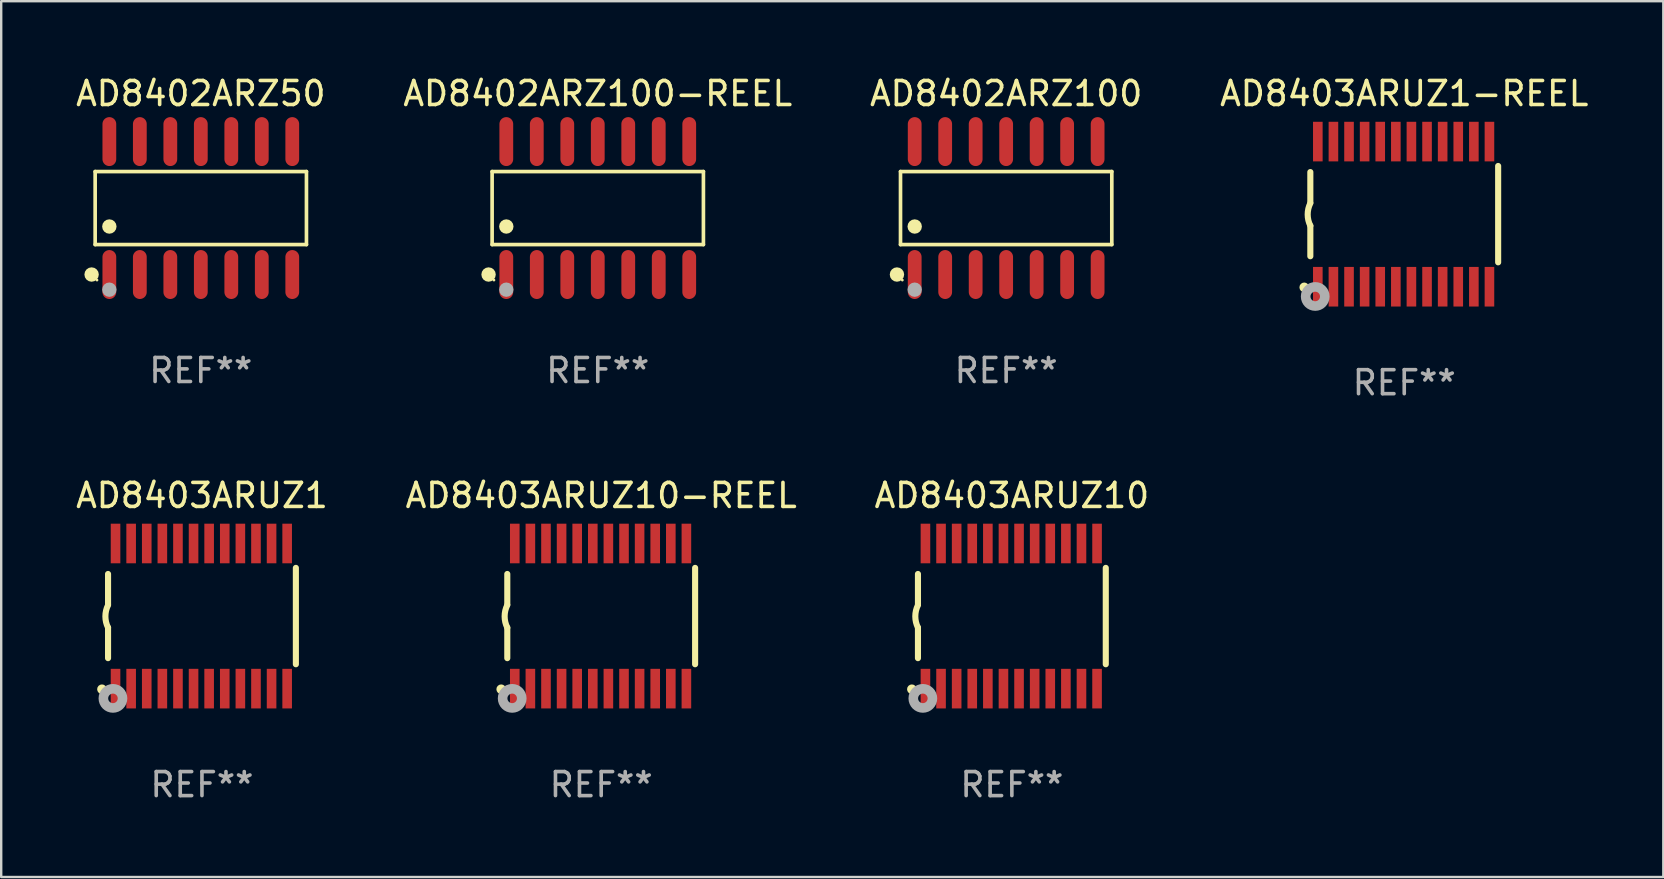
<source format=kicad_pcb>
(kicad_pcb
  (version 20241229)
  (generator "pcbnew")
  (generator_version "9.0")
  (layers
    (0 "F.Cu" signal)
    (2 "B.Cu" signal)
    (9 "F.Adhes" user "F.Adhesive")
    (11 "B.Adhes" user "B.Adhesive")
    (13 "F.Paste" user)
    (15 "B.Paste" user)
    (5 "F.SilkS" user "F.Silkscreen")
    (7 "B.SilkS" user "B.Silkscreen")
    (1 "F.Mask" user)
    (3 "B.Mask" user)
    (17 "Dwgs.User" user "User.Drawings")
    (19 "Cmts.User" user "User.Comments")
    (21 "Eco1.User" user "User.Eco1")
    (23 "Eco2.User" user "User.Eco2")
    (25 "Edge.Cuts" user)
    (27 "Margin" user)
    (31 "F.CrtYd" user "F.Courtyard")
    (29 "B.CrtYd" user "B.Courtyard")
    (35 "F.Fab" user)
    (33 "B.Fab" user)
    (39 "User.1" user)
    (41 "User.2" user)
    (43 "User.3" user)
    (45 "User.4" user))
  (footprint "AD8403ARUZ1-REEL"
    (layer "F.Cu")
    (at 55.446 5.871)
    (property "Reference" "AD8403ARUZ1-REEL" (at 0 -5.023 0) (layer "F.SilkS") (effects (font (size 1 1) (thickness 0.15))))
    (attr through_hole)
    (fp_line (start -3.912 -0.483) (end -3.912 -1.753) (stroke (width 0.254) (type solid)) (layer "F.SilkS"))
    (fp_line (start -3.912 1.753) (end -3.912 0.483) (stroke (width 0.254) (type solid)) (layer "F.SilkS"))
    (fp_line (start 3.912 -2.007) (end 3.912 2.007) (stroke (width 0.254) (type solid)) (layer "F.SilkS"))
    (fp_arc (start -3.911608 0.482601) (mid -4.022537 0.0127) (end -3.911608 -0.457201) (stroke (width 0.254001) (type solid)) (layer "F.SilkS"))
    (fp_circle (center -4.166 3.048) (end -4.066 3.048) (stroke (width 0.2) (type solid)) (fill no) (layer "F.SilkS"))
    (fp_circle (center -3.925 3.186) (end -3.895 3.186) (stroke (width 0.06) (type solid)) (fill no) (layer "F.SilkS"))
    (fp_circle (center -3.708 3.429) (end -3.509 3.429) (stroke (width 0.4) (type solid)) (fill no) (layer "F.Fab"))
    (fp_text user "REF**" (at 0 7.023 0) (layer "F.Fab") (effects (font (size 1 1) (thickness 0.15))))
    (pad "1" smd rect (at -3.6 3.023) (size 0.4 1.65) (layers "F.Cu" "F.Mask" "F.Paste"))
    (pad "2" smd rect (at -2.95 3.023) (size 0.4 1.65) (layers "F.Cu" "F.Mask" "F.Paste"))
    (pad "3" smd rect (at -2.3 3.023) (size 0.4 1.65) (layers "F.Cu" "F.Mask" "F.Paste"))
    (pad "4" smd rect (at -1.65 3.023) (size 0.4 1.65) (layers "F.Cu" "F.Mask" "F.Paste"))
    (pad "5" smd rect (at -1 3.023) (size 0.4 1.65) (layers "F.Cu" "F.Mask" "F.Paste"))
    (pad "6" smd rect (at -0.35 3.023) (size 0.4 1.65) (layers "F.Cu" "F.Mask" "F.Paste"))
    (pad "7" smd rect (at 0.299 3.023) (size 0.4 1.65) (layers "F.Cu" "F.Mask" "F.Paste"))
    (pad "8" smd rect (at 0.95 3.023) (size 0.4 1.65) (layers "F.Cu" "F.Mask" "F.Paste"))
    (pad "9" smd rect (at 1.6 3.023) (size 0.4 1.65) (layers "F.Cu" "F.Mask" "F.Paste"))
    (pad "10" smd rect (at 2.25 3.023) (size 0.4 1.65) (layers "F.Cu" "F.Mask" "F.Paste"))
    (pad "11" smd rect (at 2.9 3.023) (size 0.4 1.65) (layers "F.Cu" "F.Mask" "F.Paste"))
    (pad "12" smd rect (at 3.549 3.023) (size 0.4 1.65) (layers "F.Cu" "F.Mask" "F.Paste"))
    (pad "13" smd rect (at 3.549 -3.023) (size 0.4 1.65) (layers "F.Cu" "F.Mask" "F.Paste"))
    (pad "14" smd rect (at 2.9 -3.023) (size 0.4 1.65) (layers "F.Cu" "F.Mask" "F.Paste"))
    (pad "15" smd rect (at 2.25 -3.023) (size 0.4 1.65) (layers "F.Cu" "F.Mask" "F.Paste"))
    (pad "16" smd rect (at 1.6 -3.023) (size 0.4 1.65) (layers "F.Cu" "F.Mask" "F.Paste"))
    (pad "17" smd rect (at 0.95 -3.023) (size 0.4 1.65) (layers "F.Cu" "F.Mask" "F.Paste"))
    (pad "18" smd rect (at 0.299 -3.023) (size 0.4 1.65) (layers "F.Cu" "F.Mask" "F.Paste"))
    (pad "19" smd rect (at -0.35 -3.023) (size 0.4 1.65) (layers "F.Cu" "F.Mask" "F.Paste"))
    (pad "20" smd rect (at -1 -3.023) (size 0.4 1.65) (layers "F.Cu" "F.Mask" "F.Paste"))
    (pad "21" smd rect (at -1.65 -3.023) (size 0.4 1.65) (layers "F.Cu" "F.Mask" "F.Paste"))
    (pad "22" smd rect (at -2.3 -3.023) (size 0.4 1.65) (layers "F.Cu" "F.Mask" "F.Paste"))
    (pad "23" smd rect (at -2.95 -3.023) (size 0.4 1.65) (layers "F.Cu" "F.Mask" "F.Paste"))
    (pad "24" smd rect (at -3.6 -3.023) (size 0.4 1.65) (layers "F.Cu" "F.Mask" "F.Paste")))
  (footprint "AD8403ARUZ1"
    (layer "F.Cu")
    (at 5.363 22.613)
    (property "Reference" "AD8403ARUZ1" (at 0 -5.023 0) (layer "F.SilkS") (effects (font (size 1 1) (thickness 0.15))))
    (attr through_hole)
    (fp_line (start -3.912 -0.483) (end -3.912 -1.753) (stroke (width 0.254) (type solid)) (layer "F.SilkS"))
    (fp_line (start -3.912 1.753) (end -3.912 0.483) (stroke (width 0.254) (type solid)) (layer "F.SilkS"))
    (fp_line (start 3.912 -2.007) (end 3.912 2.007) (stroke (width 0.254) (type solid)) (layer "F.SilkS"))
    (fp_arc (start -3.911608 0.482601) (mid -4.022537 0.0127) (end -3.911608 -0.457201) (stroke (width 0.254001) (type solid)) (layer "F.SilkS"))
    (fp_circle (center -4.166 3.048) (end -4.066 3.048) (stroke (width 0.2) (type solid)) (fill no) (layer "F.SilkS"))
    (fp_circle (center -3.925 3.186) (end -3.895 3.186) (stroke (width 0.06) (type solid)) (fill no) (layer "F.SilkS"))
    (fp_circle (center -3.708 3.429) (end -3.509 3.429) (stroke (width 0.4) (type solid)) (fill no) (layer "F.Fab"))
    (fp_text user "REF**" (at 0 7.023 0) (layer "F.Fab") (effects (font (size 1 1) (thickness 0.15))))
    (pad "1" smd rect (at -3.6 3.023) (size 0.4 1.65) (layers "F.Cu" "F.Mask" "F.Paste"))
    (pad "2" smd rect (at -2.95 3.023) (size 0.4 1.65) (layers "F.Cu" "F.Mask" "F.Paste"))
    (pad "3" smd rect (at -2.3 3.023) (size 0.4 1.65) (layers "F.Cu" "F.Mask" "F.Paste"))
    (pad "4" smd rect (at -1.65 3.023) (size 0.4 1.65) (layers "F.Cu" "F.Mask" "F.Paste"))
    (pad "5" smd rect (at -1 3.023) (size 0.4 1.65) (layers "F.Cu" "F.Mask" "F.Paste"))
    (pad "6" smd rect (at -0.35 3.023) (size 0.4 1.65) (layers "F.Cu" "F.Mask" "F.Paste"))
    (pad "7" smd rect (at 0.299 3.023) (size 0.4 1.65) (layers "F.Cu" "F.Mask" "F.Paste"))
    (pad "8" smd rect (at 0.95 3.023) (size 0.4 1.65) (layers "F.Cu" "F.Mask" "F.Paste"))
    (pad "9" smd rect (at 1.6 3.023) (size 0.4 1.65) (layers "F.Cu" "F.Mask" "F.Paste"))
    (pad "10" smd rect (at 2.25 3.023) (size 0.4 1.65) (layers "F.Cu" "F.Mask" "F.Paste"))
    (pad "11" smd rect (at 2.9 3.023) (size 0.4 1.65) (layers "F.Cu" "F.Mask" "F.Paste"))
    (pad "12" smd rect (at 3.549 3.023) (size 0.4 1.65) (layers "F.Cu" "F.Mask" "F.Paste"))
    (pad "13" smd rect (at 3.549 -3.023) (size 0.4 1.65) (layers "F.Cu" "F.Mask" "F.Paste"))
    (pad "14" smd rect (at 2.9 -3.023) (size 0.4 1.65) (layers "F.Cu" "F.Mask" "F.Paste"))
    (pad "15" smd rect (at 2.25 -3.023) (size 0.4 1.65) (layers "F.Cu" "F.Mask" "F.Paste"))
    (pad "16" smd rect (at 1.6 -3.023) (size 0.4 1.65) (layers "F.Cu" "F.Mask" "F.Paste"))
    (pad "17" smd rect (at 0.95 -3.023) (size 0.4 1.65) (layers "F.Cu" "F.Mask" "F.Paste"))
    (pad "18" smd rect (at 0.299 -3.023) (size 0.4 1.65) (layers "F.Cu" "F.Mask" "F.Paste"))
    (pad "19" smd rect (at -0.35 -3.023) (size 0.4 1.65) (layers "F.Cu" "F.Mask" "F.Paste"))
    (pad "20" smd rect (at -1 -3.023) (size 0.4 1.65) (layers "F.Cu" "F.Mask" "F.Paste"))
    (pad "21" smd rect (at -1.65 -3.023) (size 0.4 1.65) (layers "F.Cu" "F.Mask" "F.Paste"))
    (pad "22" smd rect (at -2.3 -3.023) (size 0.4 1.65) (layers "F.Cu" "F.Mask" "F.Paste"))
    (pad "23" smd rect (at -2.95 -3.023) (size 0.4 1.65) (layers "F.Cu" "F.Mask" "F.Paste"))
    (pad "24" smd rect (at -3.6 -3.023) (size 0.4 1.65) (layers "F.Cu" "F.Mask" "F.Paste")))
  (footprint "AD8402ARZ100-REEL"
    (layer "F.Cu")
    (at 21.851 5.617)
    (property "Reference" "AD8402ARZ100-REEL" (at 0 -4.769 0) (layer "F.SilkS") (effects (font (size 1 1) (thickness 0.15))))
    (attr through_hole)
    (fp_line (start -4.401 -1.521) (end 4.401 -1.521) (stroke (width 0.152) (type solid)) (layer "F.SilkS"))
    (fp_line (start -4.401 1.521) (end -4.401 -1.521) (stroke (width 0.152) (type solid)) (layer "F.SilkS"))
    (fp_line (start 4.401 -1.521) (end 4.401 1.521) (stroke (width 0.152) (type solid)) (layer "F.SilkS"))
    (fp_line (start 4.401 1.521) (end -4.401 1.521) (stroke (width 0.152) (type solid)) (layer "F.SilkS"))
    (fp_circle (center -4.549 2.769) (end -4.399 2.769) (stroke (width 0.3) (type solid)) (fill no) (layer "F.SilkS"))
    (fp_circle (center -4.325 3) (end -4.295 3) (stroke (width 0.06) (type solid)) (fill no) (layer "F.SilkS"))
    (fp_circle (center -3.81 0.769) (end -3.66 0.769) (stroke (width 0.3) (type solid)) (fill no) (layer "F.SilkS"))
    (fp_circle (center -3.81 3.4) (end -3.66 3.4) (stroke (width 0.3) (type solid)) (fill no) (layer "F.Fab"))
    (fp_text user "REF**" (at 0 6.769 0) (layer "F.Fab") (effects (font (size 1 1) (thickness 0.15))))
    (pad "1" smd oval (at -3.81 2.769) (size 0.574 2.038) (layers "F.Cu" "F.Mask" "F.Paste"))
    (pad "2" smd oval (at -2.54 2.769) (size 0.574 2.038) (layers "F.Cu" "F.Mask" "F.Paste"))
    (pad "3" smd oval (at -1.27 2.769) (size 0.574 2.038) (layers "F.Cu" "F.Mask" "F.Paste"))
    (pad "4" smd oval (at 0 2.769) (size 0.574 2.038) (layers "F.Cu" "F.Mask" "F.Paste"))
    (pad "5" smd oval (at 1.27 2.769) (size 0.574 2.038) (layers "F.Cu" "F.Mask" "F.Paste"))
    (pad "6" smd oval (at 2.54 2.769) (size 0.574 2.038) (layers "F.Cu" "F.Mask" "F.Paste"))
    (pad "7" smd oval (at 3.81 2.769) (size 0.574 2.038) (layers "F.Cu" "F.Mask" "F.Paste"))
    (pad "8" smd oval (at 3.81 -2.769) (size 0.574 2.038) (layers "F.Cu" "F.Mask" "F.Paste"))
    (pad "9" smd oval (at 2.54 -2.769) (size 0.574 2.038) (layers "F.Cu" "F.Mask" "F.Paste"))
    (pad "10" smd oval (at 1.27 -2.769) (size 0.574 2.038) (layers "F.Cu" "F.Mask" "F.Paste"))
    (pad "11" smd oval (at 0 -2.769) (size 0.574 2.038) (layers "F.Cu" "F.Mask" "F.Paste"))
    (pad "12" smd oval (at -1.27 -2.769) (size 0.574 2.038) (layers "F.Cu" "F.Mask" "F.Paste"))
    (pad "13" smd oval (at -2.54 -2.769) (size 0.574 2.038) (layers "F.Cu" "F.Mask" "F.Paste"))
    (pad "14" smd oval (at -3.81 -2.769) (size 0.574 2.038) (layers "F.Cu" "F.Mask" "F.Paste")))
  (footprint "AD8403ARUZ10-REEL"
    (layer "F.Cu")
    (at 21.994 22.613)
    (property "Reference" "AD8403ARUZ10-REEL" (at 0 -5.023 0) (layer "F.SilkS") (effects (font (size 1 1) (thickness 0.15))))
    (attr through_hole)
    (fp_line (start -3.912 -0.483) (end -3.912 -1.753) (stroke (width 0.254) (type solid)) (layer "F.SilkS"))
    (fp_line (start -3.912 1.753) (end -3.912 0.483) (stroke (width 0.254) (type solid)) (layer "F.SilkS"))
    (fp_line (start 3.912 -2.007) (end 3.912 2.007) (stroke (width 0.254) (type solid)) (layer "F.SilkS"))
    (fp_arc (start -3.911608 0.482601) (mid -4.022537 0.0127) (end -3.911608 -0.457201) (stroke (width 0.254001) (type solid)) (layer "F.SilkS"))
    (fp_circle (center -4.166 3.048) (end -4.066 3.048) (stroke (width 0.2) (type solid)) (fill no) (layer "F.SilkS"))
    (fp_circle (center -3.925 3.186) (end -3.895 3.186) (stroke (width 0.06) (type solid)) (fill no) (layer "F.SilkS"))
    (fp_circle (center -3.708 3.429) (end -3.509 3.429) (stroke (width 0.4) (type solid)) (fill no) (layer "F.Fab"))
    (fp_text user "REF**" (at 0 7.023 0) (layer "F.Fab") (effects (font (size 1 1) (thickness 0.15))))
    (pad "1" smd rect (at -3.6 3.023) (size 0.4 1.65) (layers "F.Cu" "F.Mask" "F.Paste"))
    (pad "2" smd rect (at -2.95 3.023) (size 0.4 1.65) (layers "F.Cu" "F.Mask" "F.Paste"))
    (pad "3" smd rect (at -2.3 3.023) (size 0.4 1.65) (layers "F.Cu" "F.Mask" "F.Paste"))
    (pad "4" smd rect (at -1.65 3.023) (size 0.4 1.65) (layers "F.Cu" "F.Mask" "F.Paste"))
    (pad "5" smd rect (at -1 3.023) (size 0.4 1.65) (layers "F.Cu" "F.Mask" "F.Paste"))
    (pad "6" smd rect (at -0.35 3.023) (size 0.4 1.65) (layers "F.Cu" "F.Mask" "F.Paste"))
    (pad "7" smd rect (at 0.299 3.023) (size 0.4 1.65) (layers "F.Cu" "F.Mask" "F.Paste"))
    (pad "8" smd rect (at 0.95 3.023) (size 0.4 1.65) (layers "F.Cu" "F.Mask" "F.Paste"))
    (pad "9" smd rect (at 1.6 3.023) (size 0.4 1.65) (layers "F.Cu" "F.Mask" "F.Paste"))
    (pad "10" smd rect (at 2.25 3.023) (size 0.4 1.65) (layers "F.Cu" "F.Mask" "F.Paste"))
    (pad "11" smd rect (at 2.9 3.023) (size 0.4 1.65) (layers "F.Cu" "F.Mask" "F.Paste"))
    (pad "12" smd rect (at 3.549 3.023) (size 0.4 1.65) (layers "F.Cu" "F.Mask" "F.Paste"))
    (pad "13" smd rect (at 3.549 -3.023) (size 0.4 1.65) (layers "F.Cu" "F.Mask" "F.Paste"))
    (pad "14" smd rect (at 2.9 -3.023) (size 0.4 1.65) (layers "F.Cu" "F.Mask" "F.Paste"))
    (pad "15" smd rect (at 2.25 -3.023) (size 0.4 1.65) (layers "F.Cu" "F.Mask" "F.Paste"))
    (pad "16" smd rect (at 1.6 -3.023) (size 0.4 1.65) (layers "F.Cu" "F.Mask" "F.Paste"))
    (pad "17" smd rect (at 0.95 -3.023) (size 0.4 1.65) (layers "F.Cu" "F.Mask" "F.Paste"))
    (pad "18" smd rect (at 0.299 -3.023) (size 0.4 1.65) (layers "F.Cu" "F.Mask" "F.Paste"))
    (pad "19" smd rect (at -0.35 -3.023) (size 0.4 1.65) (layers "F.Cu" "F.Mask" "F.Paste"))
    (pad "20" smd rect (at -1 -3.023) (size 0.4 1.65) (layers "F.Cu" "F.Mask" "F.Paste"))
    (pad "21" smd rect (at -1.65 -3.023) (size 0.4 1.65) (layers "F.Cu" "F.Mask" "F.Paste"))
    (pad "22" smd rect (at -2.3 -3.023) (size 0.4 1.65) (layers "F.Cu" "F.Mask" "F.Paste"))
    (pad "23" smd rect (at -2.95 -3.023) (size 0.4 1.65) (layers "F.Cu" "F.Mask" "F.Paste"))
    (pad "24" smd rect (at -3.6 -3.023) (size 0.4 1.65) (layers "F.Cu" "F.Mask" "F.Paste")))
  (footprint "AD8402ARZ100"
    (layer "F.Cu")
    (at 38.863 5.617)
    (property "Reference" "AD8402ARZ100" (at 0 -4.769 0) (layer "F.SilkS") (effects (font (size 1 1) (thickness 0.15))))
    (attr through_hole)
    (fp_line (start -4.401 -1.521) (end 4.401 -1.521) (stroke (width 0.152) (type solid)) (layer "F.SilkS"))
    (fp_line (start -4.401 1.521) (end -4.401 -1.521) (stroke (width 0.152) (type solid)) (layer "F.SilkS"))
    (fp_line (start 4.401 -1.521) (end 4.401 1.521) (stroke (width 0.152) (type solid)) (layer "F.SilkS"))
    (fp_line (start 4.401 1.521) (end -4.401 1.521) (stroke (width 0.152) (type solid)) (layer "F.SilkS"))
    (fp_circle (center -4.549 2.769) (end -4.399 2.769) (stroke (width 0.3) (type solid)) (fill no) (layer "F.SilkS"))
    (fp_circle (center -4.325 3) (end -4.295 3) (stroke (width 0.06) (type solid)) (fill no) (layer "F.SilkS"))
    (fp_circle (center -3.81 0.769) (end -3.66 0.769) (stroke (width 0.3) (type solid)) (fill no) (layer "F.SilkS"))
    (fp_circle (center -3.81 3.4) (end -3.66 3.4) (stroke (width 0.3) (type solid)) (fill no) (layer "F.Fab"))
    (fp_text user "REF**" (at 0 6.769 0) (layer "F.Fab") (effects (font (size 1 1) (thickness 0.15))))
    (pad "1" smd oval (at -3.81 2.769) (size 0.574 2.038) (layers "F.Cu" "F.Mask" "F.Paste"))
    (pad "2" smd oval (at -2.54 2.769) (size 0.574 2.038) (layers "F.Cu" "F.Mask" "F.Paste"))
    (pad "3" smd oval (at -1.27 2.769) (size 0.574 2.038) (layers "F.Cu" "F.Mask" "F.Paste"))
    (pad "4" smd oval (at 0 2.769) (size 0.574 2.038) (layers "F.Cu" "F.Mask" "F.Paste"))
    (pad "5" smd oval (at 1.27 2.769) (size 0.574 2.038) (layers "F.Cu" "F.Mask" "F.Paste"))
    (pad "6" smd oval (at 2.54 2.769) (size 0.574 2.038) (layers "F.Cu" "F.Mask" "F.Paste"))
    (pad "7" smd oval (at 3.81 2.769) (size 0.574 2.038) (layers "F.Cu" "F.Mask" "F.Paste"))
    (pad "8" smd oval (at 3.81 -2.769) (size 0.574 2.038) (layers "F.Cu" "F.Mask" "F.Paste"))
    (pad "9" smd oval (at 2.54 -2.769) (size 0.574 2.038) (layers "F.Cu" "F.Mask" "F.Paste"))
    (pad "10" smd oval (at 1.27 -2.769) (size 0.574 2.038) (layers "F.Cu" "F.Mask" "F.Paste"))
    (pad "11" smd oval (at 0 -2.769) (size 0.574 2.038) (layers "F.Cu" "F.Mask" "F.Paste"))
    (pad "12" smd oval (at -1.27 -2.769) (size 0.574 2.038) (layers "F.Cu" "F.Mask" "F.Paste"))
    (pad "13" smd oval (at -2.54 -2.769) (size 0.574 2.038) (layers "F.Cu" "F.Mask" "F.Paste"))
    (pad "14" smd oval (at -3.81 -2.769) (size 0.574 2.038) (layers "F.Cu" "F.Mask" "F.Paste")))
  (footprint "AD8403ARUZ10"
    (layer "F.Cu")
    (at 39.101 22.613)
    (property "Reference" "AD8403ARUZ10" (at 0 -5.023 0) (layer "F.SilkS") (effects (font (size 1 1) (thickness 0.15))))
    (attr through_hole)
    (fp_line (start -3.912 -0.483) (end -3.912 -1.753) (stroke (width 0.254) (type solid)) (layer "F.SilkS"))
    (fp_line (start -3.912 1.753) (end -3.912 0.483) (stroke (width 0.254) (type solid)) (layer "F.SilkS"))
    (fp_line (start 3.912 -2.007) (end 3.912 2.007) (stroke (width 0.254) (type solid)) (layer "F.SilkS"))
    (fp_arc (start -3.911608 0.482601) (mid -4.022537 0.0127) (end -3.911608 -0.457201) (stroke (width 0.254001) (type solid)) (layer "F.SilkS"))
    (fp_circle (center -4.166 3.048) (end -4.066 3.048) (stroke (width 0.2) (type solid)) (fill no) (layer "F.SilkS"))
    (fp_circle (center -3.925 3.186) (end -3.895 3.186) (stroke (width 0.06) (type solid)) (fill no) (layer "F.SilkS"))
    (fp_circle (center -3.708 3.429) (end -3.509 3.429) (stroke (width 0.4) (type solid)) (fill no) (layer "F.Fab"))
    (fp_text user "REF**" (at 0 7.023 0) (layer "F.Fab") (effects (font (size 1 1) (thickness 0.15))))
    (pad "1" smd rect (at -3.6 3.023) (size 0.4 1.65) (layers "F.Cu" "F.Mask" "F.Paste"))
    (pad "2" smd rect (at -2.95 3.023) (size 0.4 1.65) (layers "F.Cu" "F.Mask" "F.Paste"))
    (pad "3" smd rect (at -2.3 3.023) (size 0.4 1.65) (layers "F.Cu" "F.Mask" "F.Paste"))
    (pad "4" smd rect (at -1.65 3.023) (size 0.4 1.65) (layers "F.Cu" "F.Mask" "F.Paste"))
    (pad "5" smd rect (at -1 3.023) (size 0.4 1.65) (layers "F.Cu" "F.Mask" "F.Paste"))
    (pad "6" smd rect (at -0.35 3.023) (size 0.4 1.65) (layers "F.Cu" "F.Mask" "F.Paste"))
    (pad "7" smd rect (at 0.299 3.023) (size 0.4 1.65) (layers "F.Cu" "F.Mask" "F.Paste"))
    (pad "8" smd rect (at 0.95 3.023) (size 0.4 1.65) (layers "F.Cu" "F.Mask" "F.Paste"))
    (pad "9" smd rect (at 1.6 3.023) (size 0.4 1.65) (layers "F.Cu" "F.Mask" "F.Paste"))
    (pad "10" smd rect (at 2.25 3.023) (size 0.4 1.65) (layers "F.Cu" "F.Mask" "F.Paste"))
    (pad "11" smd rect (at 2.9 3.023) (size 0.4 1.65) (layers "F.Cu" "F.Mask" "F.Paste"))
    (pad "12" smd rect (at 3.549 3.023) (size 0.4 1.65) (layers "F.Cu" "F.Mask" "F.Paste"))
    (pad "13" smd rect (at 3.549 -3.023) (size 0.4 1.65) (layers "F.Cu" "F.Mask" "F.Paste"))
    (pad "14" smd rect (at 2.9 -3.023) (size 0.4 1.65) (layers "F.Cu" "F.Mask" "F.Paste"))
    (pad "15" smd rect (at 2.25 -3.023) (size 0.4 1.65) (layers "F.Cu" "F.Mask" "F.Paste"))
    (pad "16" smd rect (at 1.6 -3.023) (size 0.4 1.65) (layers "F.Cu" "F.Mask" "F.Paste"))
    (pad "17" smd rect (at 0.95 -3.023) (size 0.4 1.65) (layers "F.Cu" "F.Mask" "F.Paste"))
    (pad "18" smd rect (at 0.299 -3.023) (size 0.4 1.65) (layers "F.Cu" "F.Mask" "F.Paste"))
    (pad "19" smd rect (at -0.35 -3.023) (size 0.4 1.65) (layers "F.Cu" "F.Mask" "F.Paste"))
    (pad "20" smd rect (at -1 -3.023) (size 0.4 1.65) (layers "F.Cu" "F.Mask" "F.Paste"))
    (pad "21" smd rect (at -1.65 -3.023) (size 0.4 1.65) (layers "F.Cu" "F.Mask" "F.Paste"))
    (pad "22" smd rect (at -2.3 -3.023) (size 0.4 1.65) (layers "F.Cu" "F.Mask" "F.Paste"))
    (pad "23" smd rect (at -2.95 -3.023) (size 0.4 1.65) (layers "F.Cu" "F.Mask" "F.Paste"))
    (pad "24" smd rect (at -3.6 -3.023) (size 0.4 1.65) (layers "F.Cu" "F.Mask" "F.Paste")))
  (footprint "AD8402ARZ50"
    (layer "F.Cu")
    (at 5.315 5.617)
    (property "Reference" "AD8402ARZ50" (at 0 -4.769 0) (layer "F.SilkS") (effects (font (size 1 1) (thickness 0.15))))
    (attr through_hole)
    (fp_line (start -4.401 -1.521) (end 4.401 -1.521) (stroke (width 0.152) (type solid)) (layer "F.SilkS"))
    (fp_line (start -4.401 1.521) (end -4.401 -1.521) (stroke (width 0.152) (type solid)) (layer "F.SilkS"))
    (fp_line (start 4.401 -1.521) (end 4.401 1.521) (stroke (width 0.152) (type solid)) (layer "F.SilkS"))
    (fp_line (start 4.401 1.521) (end -4.401 1.521) (stroke (width 0.152) (type solid)) (layer "F.SilkS"))
    (fp_circle (center -4.549 2.769) (end -4.399 2.769) (stroke (width 0.3) (type solid)) (fill no) (layer "F.SilkS"))
    (fp_circle (center -4.325 3) (end -4.295 3) (stroke (width 0.06) (type solid)) (fill no) (layer "F.SilkS"))
    (fp_circle (center -3.81 0.769) (end -3.66 0.769) (stroke (width 0.3) (type solid)) (fill no) (layer "F.SilkS"))
    (fp_circle (center -3.81 3.4) (end -3.66 3.4) (stroke (width 0.3) (type solid)) (fill no) (layer "F.Fab"))
    (fp_text user "REF**" (at 0 6.769 0) (layer "F.Fab") (effects (font (size 1 1) (thickness 0.15))))
    (pad "1" smd oval (at -3.81 2.769) (size 0.574 2.038) (layers "F.Cu" "F.Mask" "F.Paste"))
    (pad "2" smd oval (at -2.54 2.769) (size 0.574 2.038) (layers "F.Cu" "F.Mask" "F.Paste"))
    (pad "3" smd oval (at -1.27 2.769) (size 0.574 2.038) (layers "F.Cu" "F.Mask" "F.Paste"))
    (pad "4" smd oval (at 0 2.769) (size 0.574 2.038) (layers "F.Cu" "F.Mask" "F.Paste"))
    (pad "5" smd oval (at 1.27 2.769) (size 0.574 2.038) (layers "F.Cu" "F.Mask" "F.Paste"))
    (pad "6" smd oval (at 2.54 2.769) (size 0.574 2.038) (layers "F.Cu" "F.Mask" "F.Paste"))
    (pad "7" smd oval (at 3.81 2.769) (size 0.574 2.038) (layers "F.Cu" "F.Mask" "F.Paste"))
    (pad "8" smd oval (at 3.81 -2.769) (size 0.574 2.038) (layers "F.Cu" "F.Mask" "F.Paste"))
    (pad "9" smd oval (at 2.54 -2.769) (size 0.574 2.038) (layers "F.Cu" "F.Mask" "F.Paste"))
    (pad "10" smd oval (at 1.27 -2.769) (size 0.574 2.038) (layers "F.Cu" "F.Mask" "F.Paste"))
    (pad "11" smd oval (at 0 -2.769) (size 0.574 2.038) (layers "F.Cu" "F.Mask" "F.Paste"))
    (pad "12" smd oval (at -1.27 -2.769) (size 0.574 2.038) (layers "F.Cu" "F.Mask" "F.Paste"))
    (pad "13" smd oval (at -2.54 -2.769) (size 0.574 2.038) (layers "F.Cu" "F.Mask" "F.Paste"))
    (pad "14" smd oval (at -3.81 -2.769) (size 0.574 2.038) (layers "F.Cu" "F.Mask" "F.Paste")))
  (gr_rect
    (start -3 -3)
    (end 66.238 33.483)
    (stroke (width 0.1) (type default))
    (fill no)
    (layer "Edge.Cuts")))
</source>
